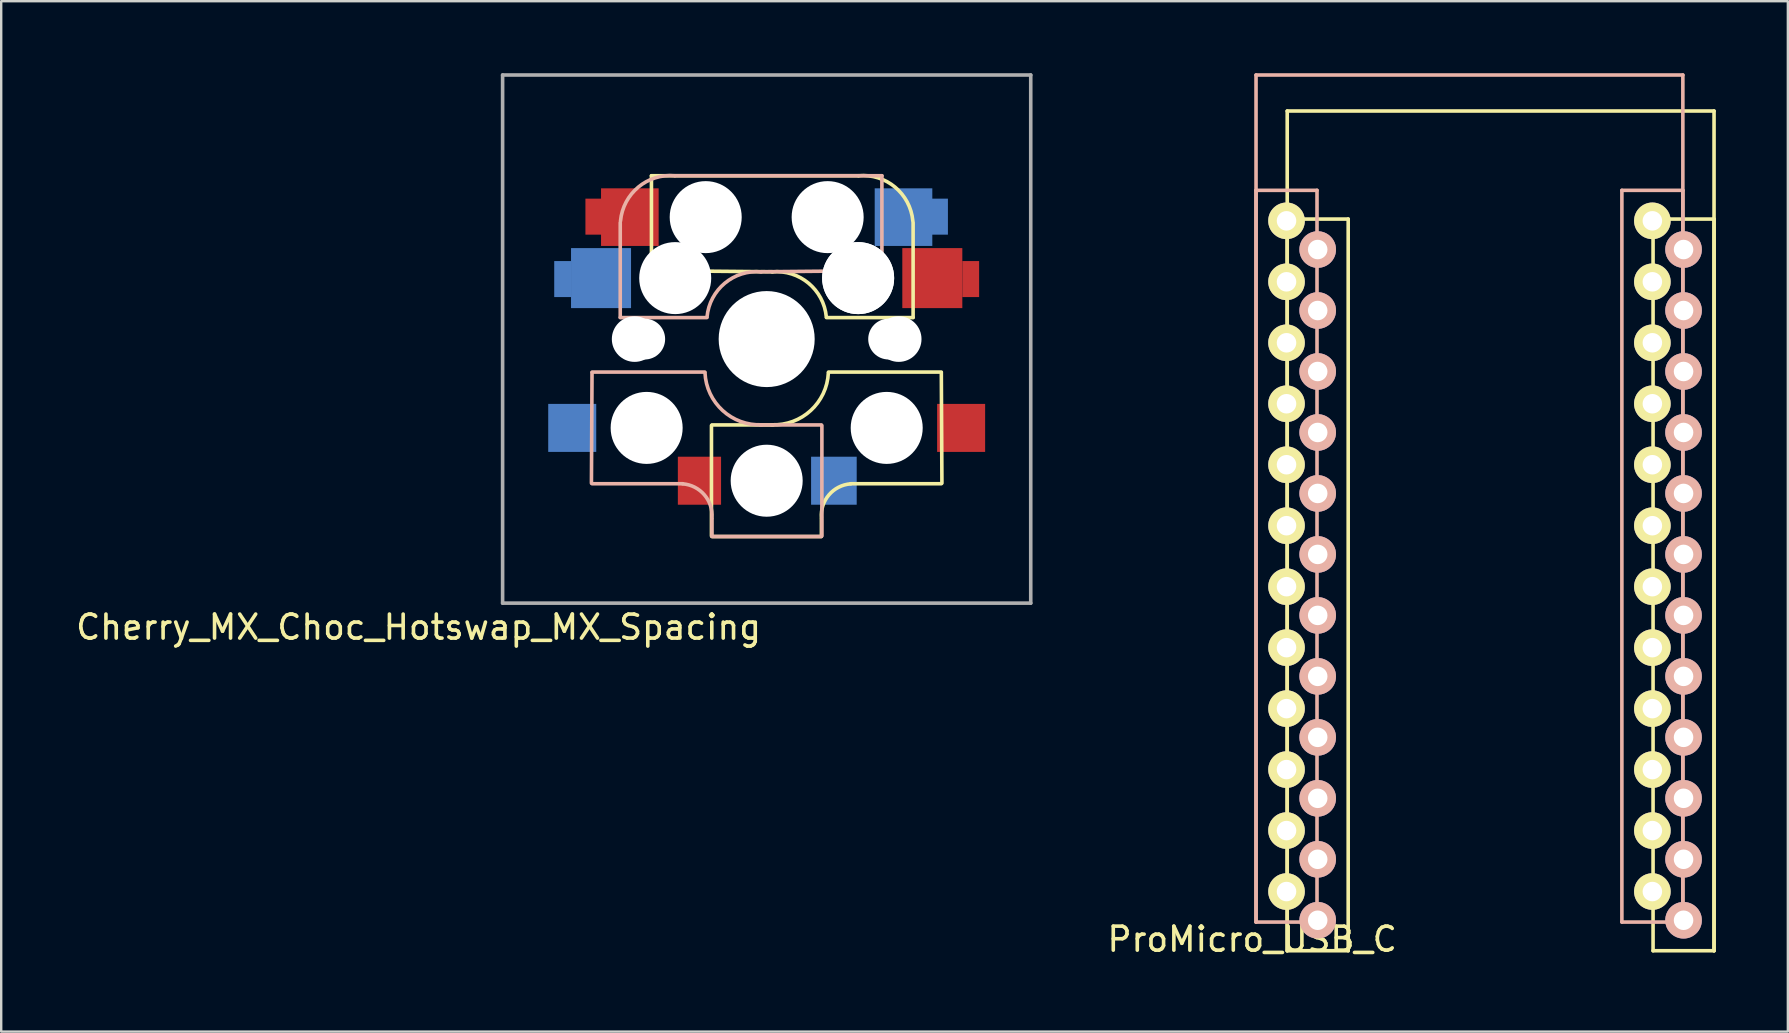
<source format=kicad_pcb>
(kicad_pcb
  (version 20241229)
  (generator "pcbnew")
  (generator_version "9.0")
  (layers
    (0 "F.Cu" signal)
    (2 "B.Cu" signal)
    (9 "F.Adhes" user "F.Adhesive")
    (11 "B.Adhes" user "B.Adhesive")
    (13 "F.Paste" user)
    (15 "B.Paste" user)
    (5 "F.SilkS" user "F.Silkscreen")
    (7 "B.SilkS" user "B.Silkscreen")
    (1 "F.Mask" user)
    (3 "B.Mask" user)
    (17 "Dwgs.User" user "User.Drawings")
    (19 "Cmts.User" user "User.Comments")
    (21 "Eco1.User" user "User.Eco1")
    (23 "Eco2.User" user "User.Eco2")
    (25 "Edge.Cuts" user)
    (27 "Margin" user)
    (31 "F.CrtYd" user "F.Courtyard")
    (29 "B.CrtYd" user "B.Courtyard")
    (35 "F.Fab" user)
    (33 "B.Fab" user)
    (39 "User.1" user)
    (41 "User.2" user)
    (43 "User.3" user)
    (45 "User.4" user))
  (footprint "ProMicro_USB_C"
    (layer "F.Cu")
    (at 49.111 36.575)
    (property "Reference" "ProMicro_USB_C" (at 0 -0.5 0) (unlocked yes) (layer "F.SilkS") (effects (font (size 1 1) (thickness 0.15))))
    (attr through_hole)
    (fp_line (start 1.46 -35) (end 1.46 -0.02) (stroke (width 0.15) (type solid)) (layer "F.SilkS"))
    (fp_line (start 1.46 -30.5) (end 1.46 -0.02) (stroke (width 0.15) (type solid)) (layer "F.SilkS"))
    (fp_line (start 1.46 -0.02) (end 4 -0.02) (stroke (width 0.15) (type solid)) (layer "F.SilkS"))
    (fp_line (start 4 -30.5) (end 1.46 -30.5) (stroke (width 0.15) (type solid)) (layer "F.SilkS"))
    (fp_line (start 4 -0.02) (end 4 -30.5) (stroke (width 0.15) (type solid)) (layer "F.SilkS"))
    (fp_line (start 16.7 -30.5) (end 16.7 -0.02) (stroke (width 0.15) (type solid)) (layer "F.SilkS"))
    (fp_line (start 16.7 -0.02) (end 19.24 -0.02) (stroke (width 0.15) (type solid)) (layer "F.SilkS"))
    (fp_line (start 19.24 -35) (end 1.46 -35) (stroke (width 0.15) (type solid)) (layer "F.SilkS"))
    (fp_line (start 19.24 -30.5) (end 16.7 -30.5) (stroke (width 0.15) (type solid)) (layer "F.SilkS"))
    (fp_line (start 19.24 -0.02) (end 19.24 -35) (stroke (width 0.15) (type solid)) (layer "F.SilkS"))
    (fp_line (start 19.24 -0.02) (end 19.24 -30.5) (stroke (width 0.15) (type solid)) (layer "F.SilkS"))
    (fp_line (start 0.161 -36.5) (end 17.941 -36.5) (stroke (width 0.15) (type solid)) (layer "B.SilkS"))
    (fp_line (start 0.161 -31.696) (end 2.701 -31.696) (stroke (width 0.15) (type solid)) (layer "B.SilkS"))
    (fp_line (start 0.161 -1.216) (end 0.161 -36.5) (stroke (width 0.15) (type solid)) (layer "B.SilkS"))
    (fp_line (start 0.161 -1.216) (end 0.161 -31.696) (stroke (width 0.15) (type solid)) (layer "B.SilkS"))
    (fp_line (start 2.701 -31.696) (end 2.701 -1.216) (stroke (width 0.15) (type solid)) (layer "B.SilkS"))
    (fp_line (start 2.701 -1.216) (end 0.161 -1.216) (stroke (width 0.15) (type solid)) (layer "B.SilkS"))
    (fp_line (start 15.401 -31.696) (end 17.941 -31.696) (stroke (width 0.15) (type solid)) (layer "B.SilkS"))
    (fp_line (start 15.401 -1.216) (end 15.401 -31.696) (stroke (width 0.15) (type solid)) (layer "B.SilkS"))
    (fp_line (start 17.941 -36.5) (end 17.941 -1.216) (stroke (width 0.15) (type solid)) (layer "B.SilkS"))
    (fp_line (start 17.941 -31.696) (end 17.941 -1.216) (stroke (width 0.15) (type solid)) (layer "B.SilkS"))
    (fp_line (start 17.941 -1.216) (end 15.401 -1.216) (stroke (width 0.15) (type solid)) (layer "B.SilkS"))
    (pad "1" thru_hole circle (at 1.431 -30.426) (size 1.524 1.524) (drill 0.813) (layers "*.Cu" "*.Mask" "F.SilkS"))
    (pad "1" thru_hole circle (at 17.97 -29.23 180) (size 1.524 1.524) (drill 0.813) (layers "*.Cu" "*.Mask" "B.SilkS"))
    (pad "2" thru_hole circle (at 1.431 -27.886) (size 1.524 1.524) (drill 0.813) (layers "*.Cu" "*.Mask" "F.SilkS"))
    (pad "2" thru_hole circle (at 17.97 -26.69 180) (size 1.524 1.524) (drill 0.813) (layers "*.Cu" "*.Mask" "B.SilkS"))
    (pad "3" thru_hole circle (at 1.431 -25.346) (size 1.524 1.524) (drill 0.813) (layers "*.Cu" "*.Mask" "F.SilkS"))
    (pad "3" thru_hole circle (at 17.97 -24.15 180) (size 1.524 1.524) (drill 0.813) (layers "*.Cu" "*.Mask" "B.SilkS"))
    (pad "4" thru_hole circle (at 1.431 -22.806) (size 1.524 1.524) (drill 0.813) (layers "*.Cu" "*.Mask" "F.SilkS"))
    (pad "4" thru_hole circle (at 17.97 -21.61 180) (size 1.524 1.524) (drill 0.813) (layers "*.Cu" "*.Mask" "B.SilkS"))
    (pad "5" thru_hole circle (at 1.431 -20.266) (size 1.524 1.524) (drill 0.813) (layers "*.Cu" "*.Mask" "F.SilkS"))
    (pad "5" thru_hole circle (at 17.97 -19.07 180) (size 1.524 1.524) (drill 0.813) (layers "*.Cu" "*.Mask" "B.SilkS"))
    (pad "6" thru_hole circle (at 1.431 -17.726) (size 1.524 1.524) (drill 0.813) (layers "*.Cu" "*.Mask" "F.SilkS"))
    (pad "6" thru_hole circle (at 17.97 -16.53 180) (size 1.524 1.524) (drill 0.813) (layers "*.Cu" "*.Mask" "B.SilkS"))
    (pad "7" thru_hole circle (at 1.431 -15.186) (size 1.524 1.524) (drill 0.813) (layers "*.Cu" "*.Mask" "F.SilkS"))
    (pad "7" thru_hole circle (at 17.97 -13.99 180) (size 1.524 1.524) (drill 0.813) (layers "*.Cu" "*.Mask" "B.SilkS"))
    (pad "8" thru_hole circle (at 1.431 -12.646) (size 1.524 1.524) (drill 0.813) (layers "*.Cu" "*.Mask" "F.SilkS"))
    (pad "8" thru_hole circle (at 17.97 -11.45 180) (size 1.524 1.524) (drill 0.813) (layers "*.Cu" "*.Mask" "B.SilkS"))
    (pad "9" thru_hole circle (at 1.431 -10.106) (size 1.524 1.524) (drill 0.813) (layers "*.Cu" "*.Mask" "F.SilkS"))
    (pad "9" thru_hole circle (at 17.97 -8.91 180) (size 1.524 1.524) (drill 0.813) (layers "*.Cu" "*.Mask" "B.SilkS"))
    (pad "10" thru_hole circle (at 1.431 -7.566) (size 1.524 1.524) (drill 0.813) (layers "*.Cu" "*.Mask" "F.SilkS"))
    (pad "10" thru_hole circle (at 17.97 -6.37 180) (size 1.524 1.524) (drill 0.813) (layers "*.Cu" "*.Mask" "B.SilkS"))
    (pad "11" thru_hole circle (at 1.431 -5.026) (size 1.524 1.524) (drill 0.813) (layers "*.Cu" "*.Mask" "F.SilkS"))
    (pad "11" thru_hole circle (at 17.97 -3.83 180) (size 1.524 1.524) (drill 0.813) (layers "*.Cu" "*.Mask" "B.SilkS"))
    (pad "12" thru_hole circle (at 1.431 -2.486) (size 1.524 1.524) (drill 0.813) (layers "*.Cu" "*.Mask" "F.SilkS"))
    (pad "12" thru_hole circle (at 17.97 -1.29 180) (size 1.524 1.524) (drill 0.813) (layers "*.Cu" "*.Mask" "B.SilkS"))
    (pad "13" thru_hole circle (at 2.73 -1.29 180) (size 1.524 1.524) (drill 0.813) (layers "*.Cu" "*.Mask" "B.SilkS"))
    (pad "13" thru_hole circle (at 16.671 -2.486) (size 1.524 1.524) (drill 0.813) (layers "*.Cu" "*.Mask" "F.SilkS"))
    (pad "14" thru_hole circle (at 2.73 -3.83 180) (size 1.524 1.524) (drill 0.813) (layers "*.Cu" "*.Mask" "B.SilkS"))
    (pad "14" thru_hole circle (at 16.671 -5.026) (size 1.524 1.524) (drill 0.813) (layers "*.Cu" "*.Mask" "F.SilkS"))
    (pad "15" thru_hole circle (at 2.73 -6.37 180) (size 1.524 1.524) (drill 0.813) (layers "*.Cu" "*.Mask" "B.SilkS"))
    (pad "15" thru_hole circle (at 16.671 -7.566) (size 1.524 1.524) (drill 0.813) (layers "*.Cu" "*.Mask" "F.SilkS"))
    (pad "16" thru_hole circle (at 2.73 -8.91 180) (size 1.524 1.524) (drill 0.813) (layers "*.Cu" "*.Mask" "B.SilkS"))
    (pad "16" thru_hole circle (at 16.671 -10.106) (size 1.524 1.524) (drill 0.813) (layers "*.Cu" "*.Mask" "F.SilkS"))
    (pad "17" thru_hole circle (at 2.73 -11.45 180) (size 1.524 1.524) (drill 0.813) (layers "*.Cu" "*.Mask" "B.SilkS"))
    (pad "17" thru_hole circle (at 16.671 -12.646) (size 1.524 1.524) (drill 0.813) (layers "*.Cu" "*.Mask" "F.SilkS"))
    (pad "18" thru_hole circle (at 2.73 -13.99 180) (size 1.524 1.524) (drill 0.813) (layers "*.Cu" "*.Mask" "B.SilkS"))
    (pad "18" thru_hole circle (at 16.671 -15.186) (size 1.524 1.524) (drill 0.813) (layers "*.Cu" "*.Mask" "F.SilkS"))
    (pad "19" thru_hole circle (at 2.73 -16.53 180) (size 1.524 1.524) (drill 0.813) (layers "*.Cu" "*.Mask" "B.SilkS"))
    (pad "19" thru_hole circle (at 16.671 -17.726) (size 1.524 1.524) (drill 0.813) (layers "*.Cu" "*.Mask" "F.SilkS"))
    (pad "20" thru_hole circle (at 2.73 -19.07 180) (size 1.524 1.524) (drill 0.813) (layers "*.Cu" "*.Mask" "B.SilkS"))
    (pad "20" thru_hole circle (at 16.671 -20.266) (size 1.524 1.524) (drill 0.813) (layers "*.Cu" "*.Mask" "F.SilkS"))
    (pad "21" thru_hole circle (at 2.73 -21.61 180) (size 1.524 1.524) (drill 0.813) (layers "*.Cu" "*.Mask" "B.SilkS"))
    (pad "21" thru_hole circle (at 16.671 -22.806) (size 1.524 1.524) (drill 0.813) (layers "*.Cu" "*.Mask" "F.SilkS"))
    (pad "22" thru_hole circle (at 2.73 -24.15 180) (size 1.524 1.524) (drill 0.813) (layers "*.Cu" "*.Mask" "B.SilkS"))
    (pad "22" thru_hole circle (at 16.671 -25.346) (size 1.524 1.524) (drill 0.813) (layers "*.Cu" "*.Mask" "F.SilkS"))
    (pad "23" thru_hole circle (at 2.73 -26.69 180) (size 1.524 1.524) (drill 0.813) (layers "*.Cu" "*.Mask" "B.SilkS"))
    (pad "23" thru_hole circle (at 16.671 -27.886) (size 1.524 1.524) (drill 0.813) (layers "*.Cu" "*.Mask" "F.SilkS"))
    (pad "24" thru_hole circle (at 2.73 -29.23 180) (size 1.524 1.524) (drill 0.813) (layers "*.Cu" "*.Mask" "B.SilkS"))
    (pad "24" thru_hole circle (at 16.671 -30.426) (size 1.524 1.524) (drill 0.813) (layers "*.Cu" "*.Mask" "F.SilkS")))
  (footprint "Cherry_MX_Choc_Hotswap_MX_Spacing"
    (layer "F.Cu")
    (at 17.887 22.075)
    (property "Reference" "Cherry_MX_Choc_Hotswap_MX_Spacing" (at -3.5 1 0) (unlocked yes) (layer "F.SilkS") (effects (font (size 1 1) (thickness 0.15))))
    (attr through_hole)
    (fp_line (start 6.2 -17.804) (end 14.825 -17.804) (stroke (width 0.15) (type solid)) (layer "F.SilkS"))
    (fp_line (start 6.2 -13.896) (end 6.2 -17.804) (stroke (width 0.15) (type solid)) (layer "F.SilkS"))
    (fp_line (start 6.2 -13.85) (end 11.25 -13.804) (stroke (width 0.15) (type solid)) (layer "F.SilkS"))
    (fp_line (start 8.7 -7.4) (end 8.7 -2.8) (stroke (width 0.15) (type solid)) (layer "F.SilkS"))
    (fp_line (start 8.725 -7.425) (end 11.275 -7.425) (stroke (width 0.15) (type solid)) (layer "F.SilkS"))
    (fp_line (start 8.725 -2.775) (end 13.275 -2.775) (stroke (width 0.15) (type solid)) (layer "F.SilkS"))
    (fp_line (start 13.28 -3.5) (end 13.28 -2.8) (stroke (width 0.15) (type solid)) (layer "F.SilkS"))
    (fp_line (start 13.575 -9.625) (end 18.275 -9.625) (stroke (width 0.15) (type solid)) (layer "F.SilkS"))
    (fp_line (start 14.5 -4.975) (end 18.275 -4.975) (stroke (width 0.15) (type solid)) (layer "F.SilkS"))
    (fp_line (start 17.1 -15.85) (end 17.1 -11.905) (stroke (width 0.15) (type solid)) (layer "F.SilkS"))
    (fp_line (start 17.1 -11.896) (end 13.49 -11.896) (stroke (width 0.15) (type solid)) (layer "F.SilkS"))
    (fp_line (start 18.275 -9.6) (end 18.3 -5) (stroke (width 0.15) (type solid)) (layer "F.SilkS"))
    (fp_arc (start 11.225 -13.8) (mid 12.744361 -13.328062) (end 13.485001 -11.920001) (stroke (width 0.15) (type solid)) (layer "F.SilkS"))
    (fp_arc (start 13.279999 -3.550001) (mid 13.595908 -4.512671) (end 14.5 -4.97) (stroke (width 0.15) (type solid)) (layer "F.SilkS"))
    (fp_arc (start 13.57 -9.6) (mid 12.834422 -8.024157) (end 11.2 -7.43) (stroke (width 0.15) (type solid)) (layer "F.SilkS"))
    (fp_arc (start 14.825 -17.804) (mid 16.347189 -17.33089) (end 17.089 -15.92) (stroke (width 0.15) (type solid)) (layer "F.SilkS"))
    (fp_line (start 3.725 -9.6) (end 3.7 -5) (stroke (width 0.15) (type solid)) (layer "B.SilkS"))
    (fp_line (start 4.9 -15.85) (end 4.9 -11.905) (stroke (width 0.15) (type solid)) (layer "B.SilkS"))
    (fp_line (start 4.9 -11.896) (end 8.51 -11.896) (stroke (width 0.15) (type solid)) (layer "B.SilkS"))
    (fp_line (start 7.5 -4.975) (end 3.725 -4.975) (stroke (width 0.15) (type solid)) (layer "B.SilkS"))
    (fp_line (start 8.425 -9.625) (end 3.725 -9.625) (stroke (width 0.15) (type solid)) (layer "B.SilkS"))
    (fp_line (start 8.72 -3.5) (end 8.72 -2.8) (stroke (width 0.15) (type solid)) (layer "B.SilkS"))
    (fp_line (start 13.275 -7.425) (end 10.725 -7.425) (stroke (width 0.15) (type solid)) (layer "B.SilkS"))
    (fp_line (start 13.275 -2.775) (end 8.725 -2.775) (stroke (width 0.15) (type solid)) (layer "B.SilkS"))
    (fp_line (start 13.3 -7.4) (end 13.3 -2.8) (stroke (width 0.15) (type solid)) (layer "B.SilkS"))
    (fp_line (start 15.8 -17.804) (end 7.175 -17.804) (stroke (width 0.15) (type solid)) (layer "B.SilkS"))
    (fp_line (start 15.8 -13.896) (end 15.8 -17.804) (stroke (width 0.15) (type solid)) (layer "B.SilkS"))
    (fp_line (start 15.8 -13.85) (end 10.75 -13.804) (stroke (width 0.15) (type solid)) (layer "B.SilkS"))
    (fp_arc (start 4.911 -15.92) (mid 5.652811 -17.33089) (end 7.175 -17.804) (stroke (width 0.15) (type solid)) (layer "B.SilkS"))
    (fp_arc (start 7.5 -4.97) (mid 8.404092 -4.51267) (end 8.72 -3.55) (stroke (width 0.15) (type solid)) (layer "B.SilkS"))
    (fp_arc (start 8.515001 -11.920001) (mid 9.25564 -13.328062) (end 10.775 -13.8) (stroke (width 0.15) (type solid)) (layer "B.SilkS"))
    (fp_arc (start 10.8 -7.43) (mid 9.165578 -8.024157) (end 8.43 -9.6) (stroke (width 0.15) (type solid)) (layer "B.SilkS"))
    (fp_line (start 1.5 -20.5) (end 20.5 -20.5) (stroke (width 0.15) (type solid)) (layer "Eco2.User"))
    (fp_line (start 1.5 -1.5) (end 1.5 -20.5) (stroke (width 0.15) (type solid)) (layer "Eco2.User"))
    (fp_line (start 4 -18) (end 18 -18) (stroke (width 0.15) (type solid)) (layer "Eco2.User"))
    (fp_line (start 4 -4) (end 4 -18) (stroke (width 0.15) (type solid)) (layer "Eco2.User"))
    (fp_line (start 18 -18) (end 18 -4) (stroke (width 0.15) (type solid)) (layer "Eco2.User"))
    (fp_line (start 18 -4) (end 4 -4) (stroke (width 0.15) (type solid)) (layer "Eco2.User"))
    (fp_line (start 20.5 -20.5) (end 20.5 -1.5) (stroke (width 0.15) (type solid)) (layer "Eco2.User"))
    (fp_line (start 20.5 -1.5) (end 1.5 -1.5) (stroke (width 0.15) (type solid)) (layer "Eco2.User"))
    (fp_line (start 0 -22) (end 0.000001 0) (stroke (width 0.15) (type solid)) (layer "F.Fab"))
    (fp_line (start 0.000001 0) (end 22 -0.000001) (stroke (width 0.15) (type solid)) (layer "F.Fab"))
    (fp_line (start 22 -22) (end 0 -22) (stroke (width 0.15) (type solid)) (layer "F.Fab"))
    (fp_line (start 22 -0.000001) (end 22 -22) (stroke (width 0.15) (type solid)) (layer "F.Fab"))
    (pad "" np_thru_hole circle (at 5.5 -11 90) (size 1.9 1.9) (drill 1.9) (layers "*.Cu" "*.Mask"))
    (pad "" np_thru_hole circle (at 5.92 -11) (size 1.7 1.7) (drill 1.7) (layers "*.Cu" "*.Mask"))
    (pad "" np_thru_hole circle (at 6 -7.3 90) (size 3 3) (drill 3) (layers "*.Cu" "*.Mask"))
    (pad "" np_thru_hole circle (at 7.175 -13.58 180) (size 0.1 0.1) (drill 0.1) (layers "*.Cu" "*.Mask"))
    (pad "" np_thru_hole circle (at 7.19 -13.54 180) (size 3 3) (drill 3) (layers "*.Cu" "*.Mask"))
    (pad "" np_thru_hole circle (at 8.46 -16.08 180) (size 3 3) (drill 3) (layers "*.Cu" "*.Mask"))
    (pad "" np_thru_hole circle (at 11 -11 90) (size 4 4) (drill 4) (layers "*.Cu" "*.Mask"))
    (pad "" np_thru_hole circle (at 11 -5.1 90) (size 3 3) (drill 3) (layers "*.Cu" "*.Mask"))
    (pad "" np_thru_hole circle (at 13.54 -16.08 180) (size 3 3) (drill 3) (layers "*.Cu" "*.Mask"))
    (pad "" np_thru_hole circle (at 14.81 -13.54 180) (size 3 3) (drill 3) (layers "*.Cu" "*.Mask"))
    (pad "" np_thru_hole circle (at 14.81 -13.54 180) (size 3 3) (drill 3) (layers "*.Cu" "*.Mask"))
    (pad "" np_thru_hole circle (at 14.825 -13.58 180) (size 0.1 0.1) (drill 0.1) (layers "*.Cu" "*.Mask"))
    (pad "" np_thru_hole circle (at 16 -7.3 270) (size 3 3) (drill 3) (layers "*.Cu" "*.Mask"))
    (pad "" np_thru_hole circle (at 16.08 -11) (size 1.7 1.7) (drill 1.7) (layers "*.Cu" "*.Mask"))
    (pad "" np_thru_hole circle (at 16.5 -11 90) (size 1.9 1.9) (drill 1.9) (layers "*.Cu" "*.Mask"))
    (pad "1" smd rect (at 2.5 -13.5) (size 0.7 1.5) (layers "B.Cu" "B.Mask" "B.Paste"))
    (pad "1" smd rect (at 2.9 -7.3 180) (size 2 2) (layers "B.Cu" "B.Mask" "B.Paste"))
    (pad "1" smd rect (at 3.8 -16.1) (size 0.7 1.5) (layers "F.Cu" "F.Mask" "F.Paste"))
    (pad "1" smd rect (at 4.1 -13.54 180) (size 2.5 2.5) (layers "B.Cu" "B.Mask" "B.Paste"))
    (pad "1" smd rect (at 5.3 -16.08 180) (size 2.4 2.4) (layers "F.Cu" "F.Mask" "F.Paste"))
    (pad "1" smd rect (at 19.1 -7.3 180) (size 2 2) (layers "F.Cu" "F.Mask" "F.Paste"))
    (pad "2" smd rect (at 8.2 -5.1 180) (size 1.8 2) (layers "F.Cu" "F.Mask" "F.Paste"))
    (pad "2" smd rect (at 13.8 -5.1 180) (size 1.9 2) (layers "B.Cu" "B.Mask" "B.Paste"))
    (pad "2" smd rect (at 16.7 -16.08 180) (size 2.4 2.4) (layers "B.Cu" "B.Mask" "B.Paste"))
    (pad "2" smd rect (at 17.9 -13.54 180) (size 2.5 2.5) (layers "F.Cu" "F.Mask" "F.Paste"))
    (pad "2" smd rect (at 18.2 -16.1) (size 0.7 1.5) (layers "B.Cu" "B.Mask" "B.Paste"))
    (pad "2" smd rect (at 19.5 -13.5) (size 0.7 1.5) (layers "F.Cu" "F.Mask" "F.Paste")))
  (gr_rect
    (start -3 -3)
    (end 71.426 39.923)
    (stroke (width 0.1) (type default))
    (fill no)
    (layer "Edge.Cuts")))
</source>
